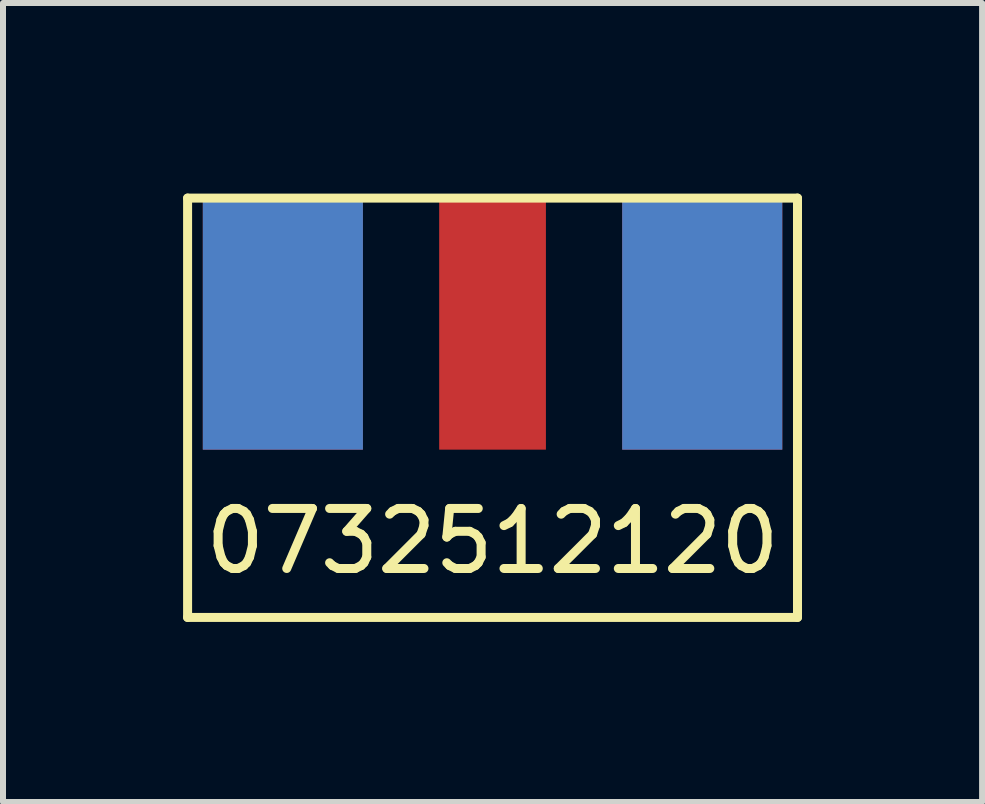
<source format=kicad_pcb>
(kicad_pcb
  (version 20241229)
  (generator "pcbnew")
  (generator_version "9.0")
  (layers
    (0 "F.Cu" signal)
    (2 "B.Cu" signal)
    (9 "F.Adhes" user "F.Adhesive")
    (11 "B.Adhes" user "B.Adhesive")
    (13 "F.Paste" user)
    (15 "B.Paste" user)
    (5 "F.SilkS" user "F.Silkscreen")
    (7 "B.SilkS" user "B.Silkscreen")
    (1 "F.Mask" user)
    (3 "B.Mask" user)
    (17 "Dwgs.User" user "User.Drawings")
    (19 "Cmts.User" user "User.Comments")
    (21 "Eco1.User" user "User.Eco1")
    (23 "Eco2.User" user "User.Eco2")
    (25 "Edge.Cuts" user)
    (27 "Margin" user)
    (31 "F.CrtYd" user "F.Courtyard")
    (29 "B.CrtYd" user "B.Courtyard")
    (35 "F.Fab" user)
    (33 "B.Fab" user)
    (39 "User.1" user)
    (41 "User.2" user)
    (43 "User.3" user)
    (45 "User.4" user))
  (footprint "0732512120"
    (layer "F.Cu")
    (at 5.155 0.25)
    (property "Reference" "0732512120" (at 0 5.715 0) (layer "F.SilkS") (effects (font (size 1 1) (thickness 0.15))))
    (attr through_hole)
    (fp_line (start -5.08 0) (end 5.08 0) (stroke (width 0.15) (type solid)) (layer "F.SilkS"))
    (fp_line (start -5.08 6.985) (end -5.08 0) (stroke (width 0.15) (type solid)) (layer "F.SilkS"))
    (fp_line (start 5.08 0) (end 5.08 6.985) (stroke (width 0.15) (type solid)) (layer "F.SilkS"))
    (fp_line (start 5.08 6.985) (end -5.08 6.985) (stroke (width 0.15) (type solid)) (layer "F.SilkS"))
    (pad "1" smd rect (at 0 2.095) (size 1.778 4.191) (layers "F.Cu" "F.Mask" "F.Paste"))
    (pad "2" smd rect (at -3.493 2.095) (size 2.667 4.191) (layers "F.Cu" "F.Mask" "F.Paste"))
    (pad "2" smd rect (at -3.493 2.095) (size 2.667 4.191) (layers "B.Cu" "B.Mask" "B.Paste"))
    (pad "2" smd rect (at 3.493 2.095) (size 2.667 4.191) (layers "F.Cu" "F.Mask" "F.Paste"))
    (pad "2" smd rect (at 3.493 2.095) (size 2.667 4.191) (layers "B.Cu" "B.Mask" "B.Paste")))
  (gr_rect
    (start -3 -3)
    (end 13.31 10.31)
    (stroke (width 0.1) (type default))
    (fill no)
    (layer "Edge.Cuts")))
</source>
